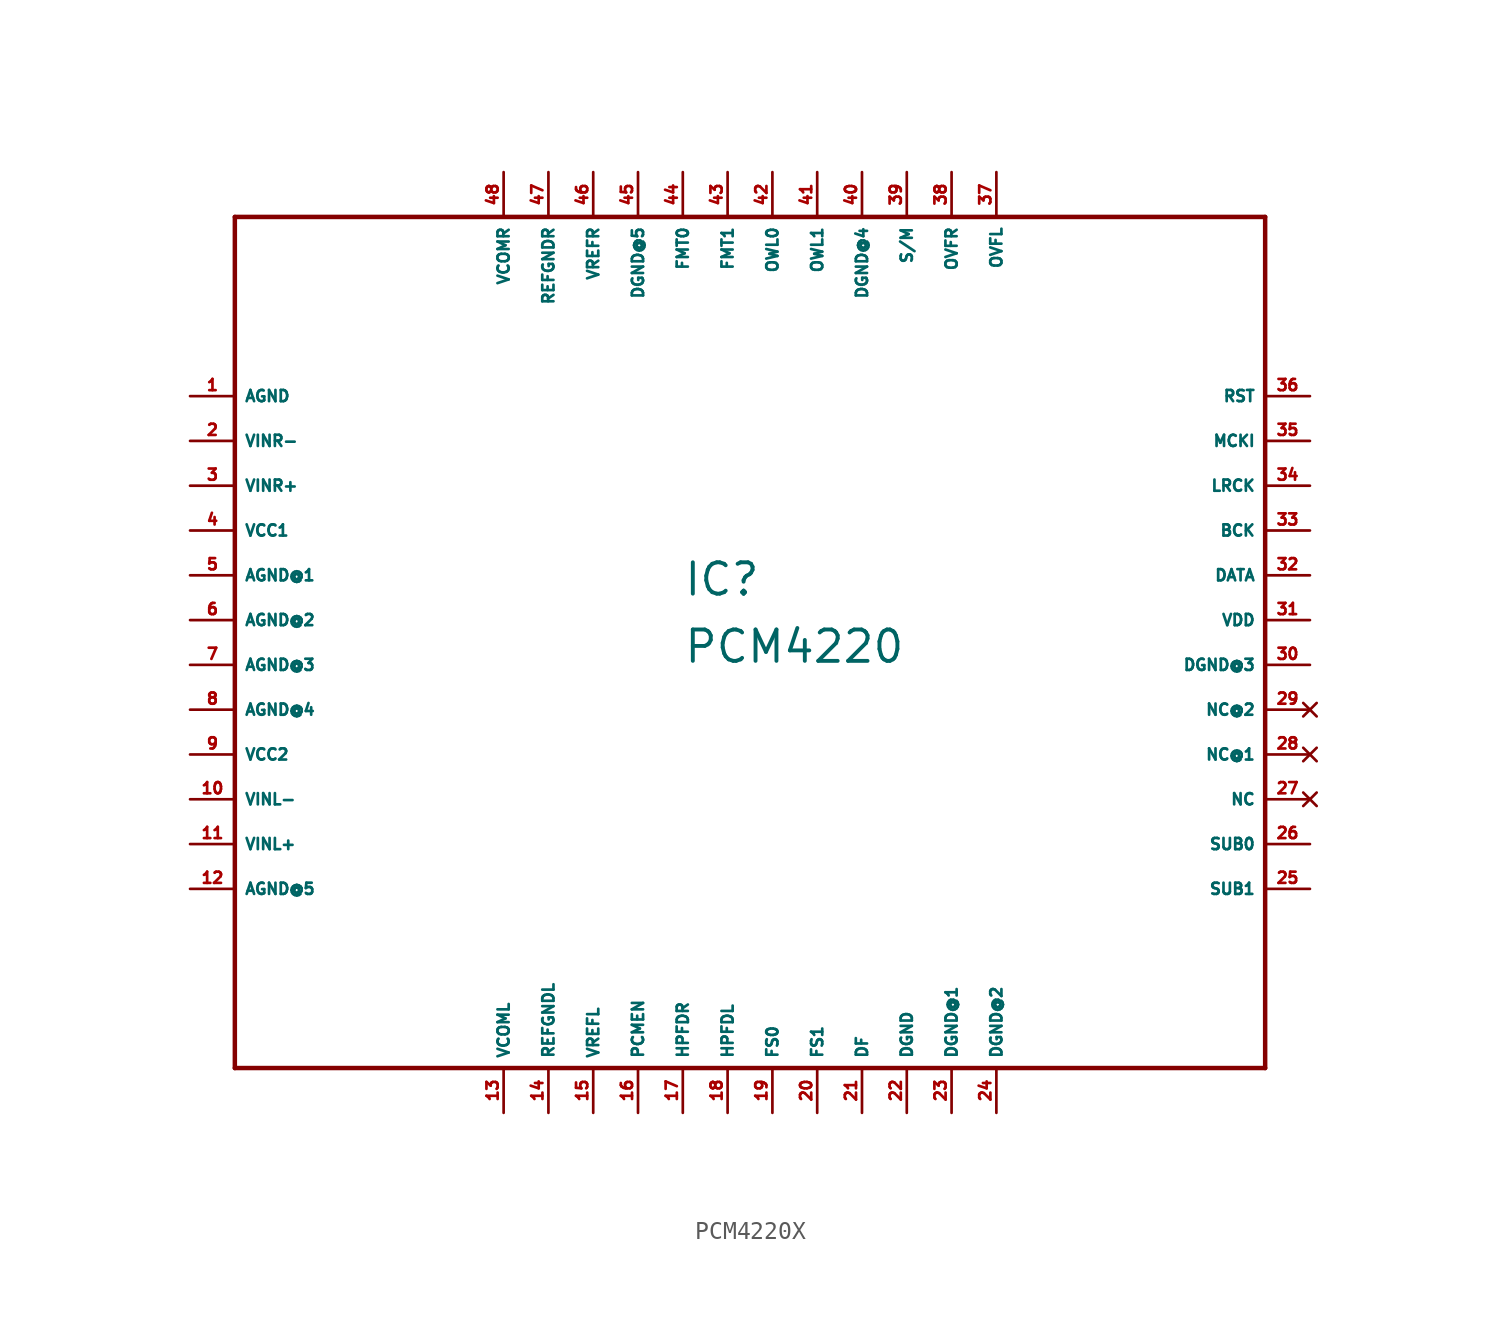
<source format=kicad_sym>
(kicad_symbol_lib
  (version 20220914)
  (generator Eagle2Kicad)
  (symbol "PCM4220X"
    (property "Reference" "IC"
      (at -2.54 1.27 0)
      (effects (font (size 1.778 1.778) (thickness 0.22)) (justify left bottom)))
    (property "Value" "PCM4220"
      (at -2.54 -2.54 0)
      (effects (font (size 1.778 1.778) (thickness 0.22)) (justify left bottom)))
    (polyline
      (pts (xy -27.94 -25.4) (xy 30.48 -25.4))
      (stroke (width 0.254) (type default))
      (fill (type none)))
    (polyline
      (pts (xy 30.48 -25.4) (xy 30.48 22.86))
      (stroke (width 0.254) (type default))
      (fill (type none)))
    (polyline
      (pts (xy 30.48 22.86) (xy -27.94 22.86))
      (stroke (width 0.254) (type default))
      (fill (type none)))
    (polyline
      (pts (xy -27.94 22.86) (xy -27.94 -25.4))
      (stroke (width 0.254) (type default))
      (fill (type none)))
    (pin unspecified line
      (at -30.48 12.7 0)
      (length 2.54)
      (name "AGND" (effects (font (size 0.635 0.635) (thickness 0.08)) (justify left bottom)))
      (number "1" (effects (font (size 0.635 0.635) (thickness 0.08)) (justify left bottom))))
    (pin input line
      (at -30.48 10.16 0)
      (length 2.54)
      (name "VINR-" (effects (font (size 0.635 0.635) (thickness 0.08)) (justify left bottom)))
      (number "2" (effects (font (size 0.635 0.635) (thickness 0.08)) (justify left bottom))))
    (pin input line
      (at -30.48 7.62 0)
      (length 2.54)
      (name "VINR+" (effects (font (size 0.635 0.635) (thickness 0.08)) (justify left bottom)))
      (number "3" (effects (font (size 0.635 0.635) (thickness 0.08)) (justify left bottom))))
    (pin unspecified line
      (at -30.48 5.08 0)
      (length 2.54)
      (name "VCC1" (effects (font (size 0.635 0.635) (thickness 0.08)) (justify left bottom)))
      (number "4" (effects (font (size 0.635 0.635) (thickness 0.08)) (justify left bottom))))
    (pin unspecified line
      (at -30.48 2.54 0)
      (length 2.54)
      (name "AGND@1" (effects (font (size 0.635 0.635) (thickness 0.08)) (justify left bottom)))
      (number "5" (effects (font (size 0.635 0.635) (thickness 0.08)) (justify left bottom))))
    (pin unspecified line
      (at -30.48 0 0)
      (length 2.54)
      (name "AGND@2" (effects (font (size 0.635 0.635) (thickness 0.08)) (justify left bottom)))
      (number "6" (effects (font (size 0.635 0.635) (thickness 0.08)) (justify left bottom))))
    (pin unspecified line
      (at -30.48 -2.54 0)
      (length 2.54)
      (name "AGND@3" (effects (font (size 0.635 0.635) (thickness 0.08)) (justify left bottom)))
      (number "7" (effects (font (size 0.635 0.635) (thickness 0.08)) (justify left bottom))))
    (pin unspecified line
      (at -30.48 -5.08 0)
      (length 2.54)
      (name "AGND@4" (effects (font (size 0.635 0.635) (thickness 0.08)) (justify left bottom)))
      (number "8" (effects (font (size 0.635 0.635) (thickness 0.08)) (justify left bottom))))
    (pin unspecified line
      (at -30.48 -7.62 0)
      (length 2.54)
      (name "VCC2" (effects (font (size 0.635 0.635) (thickness 0.08)) (justify left bottom)))
      (number "9" (effects (font (size 0.635 0.635) (thickness 0.08)) (justify left bottom))))
    (pin input line
      (at -30.48 -10.16 0)
      (length 2.54)
      (name "VINL-" (effects (font (size 0.635 0.635) (thickness 0.08)) (justify left bottom)))
      (number "10" (effects (font (size 0.635 0.635) (thickness 0.08)) (justify left bottom))))
    (pin input line
      (at -30.48 -12.7 0)
      (length 2.54)
      (name "VINL+" (effects (font (size 0.635 0.635) (thickness 0.08)) (justify left bottom)))
      (number "11" (effects (font (size 0.635 0.635) (thickness 0.08)) (justify left bottom))))
    (pin unspecified line
      (at -30.48 -15.24 0)
      (length 2.54)
      (name "AGND@5" (effects (font (size 0.635 0.635) (thickness 0.08)) (justify left bottom)))
      (number "12" (effects (font (size 0.635 0.635) (thickness 0.08)) (justify left bottom))))
    (pin output line
      (at -12.7 -27.94 90)
      (length 2.54)
      (name "VCOML" (effects (font (size 0.635 0.635) (thickness 0.08)) (justify left bottom)))
      (number "13" (effects (font (size 0.635 0.635) (thickness 0.08)) (justify left bottom))))
    (pin unspecified line
      (at -10.16 -27.94 90)
      (length 2.54)
      (name "REFGNDL" (effects (font (size 0.635 0.635) (thickness 0.08)) (justify left bottom)))
      (number "14" (effects (font (size 0.635 0.635) (thickness 0.08)) (justify left bottom))))
    (pin output line
      (at -7.62 -27.94 90)
      (length 2.54)
      (name "VREFL" (effects (font (size 0.635 0.635) (thickness 0.08)) (justify left bottom)))
      (number "15" (effects (font (size 0.635 0.635) (thickness 0.08)) (justify left bottom))))
    (pin input line
      (at -5.08 -27.94 90)
      (length 2.54)
      (name "PCMEN" (effects (font (size 0.635 0.635) (thickness 0.08)) (justify left bottom)))
      (number "16" (effects (font (size 0.635 0.635) (thickness 0.08)) (justify left bottom))))
    (pin input line
      (at -2.54 -27.94 90)
      (length 2.54)
      (name "HPFDR" (effects (font (size 0.635 0.635) (thickness 0.08)) (justify left bottom)))
      (number "17" (effects (font (size 0.635 0.635) (thickness 0.08)) (justify left bottom))))
    (pin input line
      (at 0 -27.94 90)
      (length 2.54)
      (name "HPFDL" (effects (font (size 0.635 0.635) (thickness 0.08)) (justify left bottom)))
      (number "18" (effects (font (size 0.635 0.635) (thickness 0.08)) (justify left bottom))))
    (pin input line
      (at 2.54 -27.94 90)
      (length 2.54)
      (name "FS0" (effects (font (size 0.635 0.635) (thickness 0.08)) (justify left bottom)))
      (number "19" (effects (font (size 0.635 0.635) (thickness 0.08)) (justify left bottom))))
    (pin input line
      (at 5.08 -27.94 90)
      (length 2.54)
      (name "FS1" (effects (font (size 0.635 0.635) (thickness 0.08)) (justify left bottom)))
      (number "20" (effects (font (size 0.635 0.635) (thickness 0.08)) (justify left bottom))))
    (pin input line
      (at 7.62 -27.94 90)
      (length 2.54)
      (name "DF" (effects (font (size 0.635 0.635) (thickness 0.08)) (justify left bottom)))
      (number "21" (effects (font (size 0.635 0.635) (thickness 0.08)) (justify left bottom))))
    (pin unspecified line
      (at 10.16 -27.94 90)
      (length 2.54)
      (name "DGND" (effects (font (size 0.635 0.635) (thickness 0.08)) (justify left bottom)))
      (number "22" (effects (font (size 0.635 0.635) (thickness 0.08)) (justify left bottom))))
    (pin unspecified line
      (at 12.7 -27.94 90)
      (length 2.54)
      (name "DGND@1" (effects (font (size 0.635 0.635) (thickness 0.08)) (justify left bottom)))
      (number "23" (effects (font (size 0.635 0.635) (thickness 0.08)) (justify left bottom))))
    (pin unspecified line
      (at 15.24 -27.94 90)
      (length 2.54)
      (name "DGND@2" (effects (font (size 0.635 0.635) (thickness 0.08)) (justify left bottom)))
      (number "24" (effects (font (size 0.635 0.635) (thickness 0.08)) (justify left bottom))))
    (pin input line
      (at 33.02 -15.24 180)
      (length 2.54)
      (name "SUB1" (effects (font (size 0.635 0.635) (thickness 0.08)) (justify left bottom)))
      (number "25" (effects (font (size 0.635 0.635) (thickness 0.08)) (justify left bottom))))
    (pin input line
      (at 33.02 -12.7 180)
      (length 2.54)
      (name "SUB0" (effects (font (size 0.635 0.635) (thickness 0.08)) (justify left bottom)))
      (number "26" (effects (font (size 0.635 0.635) (thickness 0.08)) (justify left bottom))))
    (pin no_connect line
      (at 33.02 -10.16 180)
      (length 2.54)
      (name "NC" (effects (font (size 0.635 0.635) (thickness 0.08)) (justify left bottom) hide))
      (number "27" (effects (font (size 0.635 0.635) (thickness 0.08)) (justify left bottom) hide)))
    (pin no_connect line
      (at 33.02 -7.62 180)
      (length 2.54)
      (name "NC@1" (effects (font (size 0.635 0.635) (thickness 0.08)) (justify left bottom) hide))
      (number "28" (effects (font (size 0.635 0.635) (thickness 0.08)) (justify left bottom) hide)))
    (pin no_connect line
      (at 33.02 -5.08 180)
      (length 2.54)
      (name "NC@2" (effects (font (size 0.635 0.635) (thickness 0.08)) (justify left bottom) hide))
      (number "29" (effects (font (size 0.635 0.635) (thickness 0.08)) (justify left bottom) hide)))
    (pin unspecified line
      (at 33.02 -2.54 180)
      (length 2.54)
      (name "DGND@3" (effects (font (size 0.635 0.635) (thickness 0.08)) (justify left bottom)))
      (number "30" (effects (font (size 0.635 0.635) (thickness 0.08)) (justify left bottom))))
    (pin unspecified line
      (at 33.02 0 180)
      (length 2.54)
      (name "VDD" (effects (font (size 0.635 0.635) (thickness 0.08)) (justify left bottom)))
      (number "31" (effects (font (size 0.635 0.635) (thickness 0.08)) (justify left bottom))))
    (pin output line
      (at 33.02 2.54 180)
      (length 2.54)
      (name "DATA" (effects (font (size 0.635 0.635) (thickness 0.08)) (justify left bottom)))
      (number "32" (effects (font (size 0.635 0.635) (thickness 0.08)) (justify left bottom))))
    (pin bidirectional line
      (at 33.02 5.08 180)
      (length 2.54)
      (name "BCK" (effects (font (size 0.635 0.635) (thickness 0.08)) (justify left bottom)))
      (number "33" (effects (font (size 0.635 0.635) (thickness 0.08)) (justify left bottom))))
    (pin bidirectional line
      (at 33.02 7.62 180)
      (length 2.54)
      (name "LRCK" (effects (font (size 0.635 0.635) (thickness 0.08)) (justify left bottom)))
      (number "34" (effects (font (size 0.635 0.635) (thickness 0.08)) (justify left bottom))))
    (pin input line
      (at 33.02 10.16 180)
      (length 2.54)
      (name "MCKI" (effects (font (size 0.635 0.635) (thickness 0.08)) (justify left bottom)))
      (number "35" (effects (font (size 0.635 0.635) (thickness 0.08)) (justify left bottom))))
    (pin input line
      (at 33.02 12.7 180)
      (length 2.54)
      (name "RST" (effects (font (size 0.635 0.635) (thickness 0.08)) (justify left bottom)))
      (number "36" (effects (font (size 0.635 0.635) (thickness 0.08)) (justify left bottom))))
    (pin output line
      (at 15.24 25.4 270)
      (length 2.54)
      (name "OVFL" (effects (font (size 0.635 0.635) (thickness 0.08)) (justify left bottom)))
      (number "37" (effects (font (size 0.635 0.635) (thickness 0.08)) (justify left bottom))))
    (pin output line
      (at 12.7 25.4 270)
      (length 2.54)
      (name "OVFR" (effects (font (size 0.635 0.635) (thickness 0.08)) (justify left bottom)))
      (number "38" (effects (font (size 0.635 0.635) (thickness 0.08)) (justify left bottom))))
    (pin input line
      (at 10.16 25.4 270)
      (length 2.54)
      (name "S/M" (effects (font (size 0.635 0.635) (thickness 0.08)) (justify left bottom)))
      (number "39" (effects (font (size 0.635 0.635) (thickness 0.08)) (justify left bottom))))
    (pin output line
      (at 7.62 25.4 270)
      (length 2.54)
      (name "DGND@4" (effects (font (size 0.635 0.635) (thickness 0.08)) (justify left bottom)))
      (number "40" (effects (font (size 0.635 0.635) (thickness 0.08)) (justify left bottom))))
    (pin input line
      (at 5.08 25.4 270)
      (length 2.54)
      (name "OWL1" (effects (font (size 0.635 0.635) (thickness 0.08)) (justify left bottom)))
      (number "41" (effects (font (size 0.635 0.635) (thickness 0.08)) (justify left bottom))))
    (pin input line
      (at 2.54 25.4 270)
      (length 2.54)
      (name "OWL0" (effects (font (size 0.635 0.635) (thickness 0.08)) (justify left bottom)))
      (number "42" (effects (font (size 0.635 0.635) (thickness 0.08)) (justify left bottom))))
    (pin input line
      (at 0 25.4 270)
      (length 2.54)
      (name "FMT1" (effects (font (size 0.635 0.635) (thickness 0.08)) (justify left bottom)))
      (number "43" (effects (font (size 0.635 0.635) (thickness 0.08)) (justify left bottom))))
    (pin input line
      (at -2.54 25.4 270)
      (length 2.54)
      (name "FMT0" (effects (font (size 0.635 0.635) (thickness 0.08)) (justify left bottom)))
      (number "44" (effects (font (size 0.635 0.635) (thickness 0.08)) (justify left bottom))))
    (pin unspecified line
      (at -5.08 25.4 270)
      (length 2.54)
      (name "DGND@5" (effects (font (size 0.635 0.635) (thickness 0.08)) (justify left bottom)))
      (number "45" (effects (font (size 0.635 0.635) (thickness 0.08)) (justify left bottom))))
    (pin output line
      (at -7.62 25.4 270)
      (length 2.54)
      (name "VREFR" (effects (font (size 0.635 0.635) (thickness 0.08)) (justify left bottom)))
      (number "46" (effects (font (size 0.635 0.635) (thickness 0.08)) (justify left bottom))))
    (pin unspecified line
      (at -10.16 25.4 270)
      (length 2.54)
      (name "REFGNDR" (effects (font (size 0.635 0.635) (thickness 0.08)) (justify left bottom)))
      (number "47" (effects (font (size 0.635 0.635) (thickness 0.08)) (justify left bottom))))
    (pin output line
      (at -12.7 25.4 270)
      (length 2.54)
      (name "VCOMR" (effects (font (size 0.635 0.635) (thickness 0.08)) (justify left bottom)))
      (number "48" (effects (font (size 0.635 0.635) (thickness 0.08)) (justify left bottom))))))
</source>
